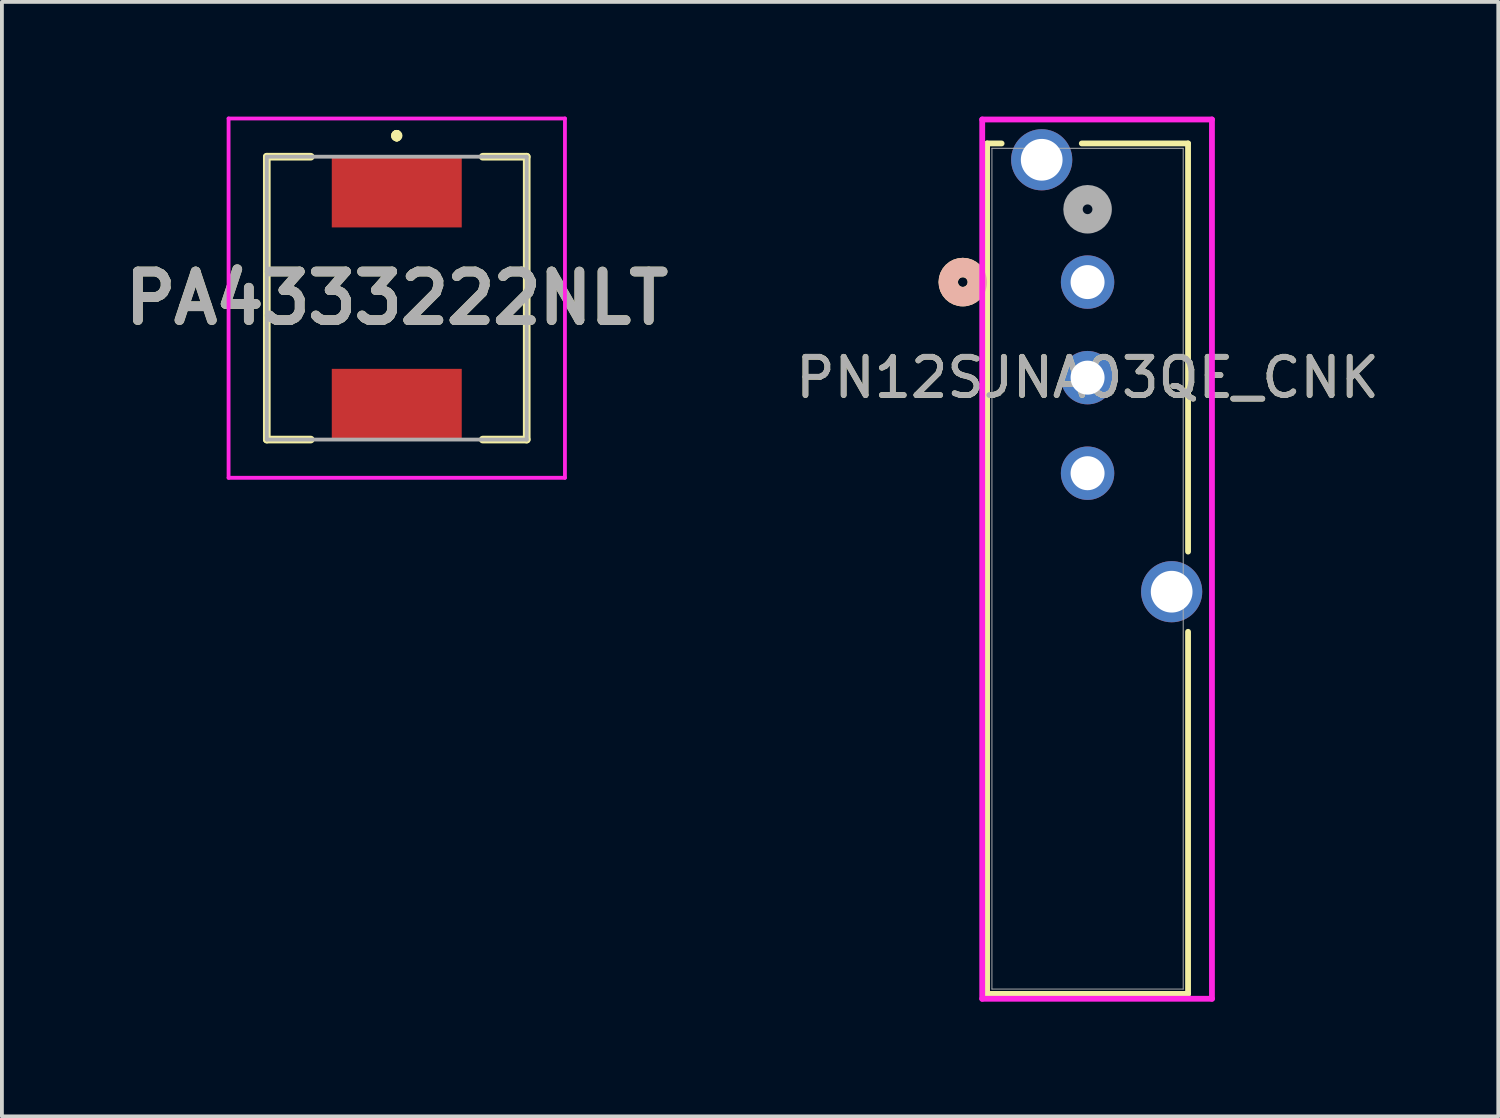
<source format=kicad_pcb>
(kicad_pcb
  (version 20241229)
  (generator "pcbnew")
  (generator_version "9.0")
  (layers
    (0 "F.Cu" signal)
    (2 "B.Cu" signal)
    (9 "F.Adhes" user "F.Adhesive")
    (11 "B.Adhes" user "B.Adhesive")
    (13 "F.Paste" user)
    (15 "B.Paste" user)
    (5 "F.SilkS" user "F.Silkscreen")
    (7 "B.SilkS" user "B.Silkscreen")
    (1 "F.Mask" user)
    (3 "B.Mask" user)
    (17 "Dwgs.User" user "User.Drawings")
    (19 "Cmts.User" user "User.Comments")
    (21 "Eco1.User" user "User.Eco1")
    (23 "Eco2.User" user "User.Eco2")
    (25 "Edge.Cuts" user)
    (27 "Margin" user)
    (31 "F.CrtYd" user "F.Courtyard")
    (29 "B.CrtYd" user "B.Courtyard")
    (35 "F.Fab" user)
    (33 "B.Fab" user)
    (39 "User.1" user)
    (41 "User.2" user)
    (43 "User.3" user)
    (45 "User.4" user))
  (footprint "PN12SJNA03QE_CNK"
    (layer "F.Cu")
    (at 25.403 4.33)
    (property "Reference" "PN12SJNA03QE_CNK" (at 0 2.5 0) (unlocked yes) (layer "F.SilkS") (effects (font (size 1 1) (thickness 0.15))))
    (attr through_hole)
    (fp_line (start -2.629 -3.627) (end -2.629 18.623) (stroke (width 0.152) (type solid)) (layer "F.SilkS"))
    (fp_line (start -2.629 18.623) (end 2.629 18.623) (stroke (width 0.152) (type solid)) (layer "F.SilkS"))
    (fp_line (start -2.249 -3.627) (end -2.629 -3.627) (stroke (width 0.152) (type solid)) (layer "F.SilkS"))
    (fp_line (start 2.629 -3.627) (end -0.151 -3.627) (stroke (width 0.152) (type solid)) (layer "F.SilkS"))
    (fp_line (start 2.629 7.051) (end 2.629 -3.627) (stroke (width 0.152) (type solid)) (layer "F.SilkS"))
    (fp_line (start 2.629 18.623) (end 2.629 9.149) (stroke (width 0.152) (type solid)) (layer "F.SilkS"))
    (fp_circle (center -3.264 0) (end -2.883 0) (stroke (width 0.508) (type solid)) (fill no) (layer "F.SilkS"))
    (fp_circle (center -3.264 0) (end -2.883 0) (stroke (width 0.508) (type solid)) (fill no) (layer "B.SilkS"))
    (fp_line (start -2.756 -4.254) (end -2.756 18.75) (stroke (width 0.152) (type solid)) (layer "F.CrtYd"))
    (fp_line (start -2.756 18.75) (end 3.254 18.75) (stroke (width 0.152) (type solid)) (layer "F.CrtYd"))
    (fp_line (start 3.254 -4.254) (end -2.756 -4.254) (stroke (width 0.152) (type solid)) (layer "F.CrtYd"))
    (fp_line (start 3.254 18.75) (end 3.254 -4.254) (stroke (width 0.152) (type solid)) (layer "F.CrtYd"))
    (fp_line (start -2.502 -3.5) (end -2.502 18.496) (stroke (width 0.025) (type solid)) (layer "F.Fab"))
    (fp_line (start -2.502 18.496) (end 2.502 18.496) (stroke (width 0.025) (type solid)) (layer "F.Fab"))
    (fp_line (start 2.502 -3.5) (end -2.502 -3.5) (stroke (width 0.025) (type solid)) (layer "F.Fab"))
    (fp_line (start 2.502 18.496) (end 2.502 -3.5) (stroke (width 0.025) (type solid)) (layer "F.Fab"))
    (fp_circle (center 0 -1.905) (end 0.381 -1.905) (stroke (width 0.508) (type solid)) (fill no) (layer "F.Fab"))
    (fp_text user "${REFERENCE}" (at 0 2.5 0) (unlocked yes) (layer "F.Fab") (effects (font (size 1 1) (thickness 0.15))))
    (pad "1" thru_hole circle (at 0 0) (size 1.397 1.397) (drill 0.889) (layers "*.Cu" "*.Mask"))
    (pad "2" thru_hole circle (at 0 2.5) (size 1.397 1.397) (drill 0.889) (layers "*.Cu" "*.Mask"))
    (pad "3" thru_hole circle (at 0 5) (size 1.397 1.397) (drill 0.889) (layers "*.Cu" "*.Mask"))
    (pad "4" thru_hole circle (at -1.2 -3.2) (size 1.6 1.6) (drill 1.092) (layers "*.Cu" "*.Mask"))
    (pad "5" thru_hole circle (at 2.2 8.1) (size 1.6 1.6) (drill 1.092) (layers "*.Cu" "*.Mask")))
  (footprint "PA4333222NLT"
    (layer "F.Cu")
    (at 7.33 4.75)
    (property "Reference" "PA4333222NLT" (at 0 0 0) (layer "F.SilkS") (effects (font (size 1.27 1.27) (thickness 0.254))))
    (attr smd)
    (fp_line (start -3.4 -3.7) (end -3.4 3.7) (stroke (width 0.2) (type solid)) (layer "F.SilkS"))
    (fp_line (start -3.4 3.7) (end -2.25 3.7) (stroke (width 0.2) (type solid)) (layer "F.SilkS"))
    (fp_line (start -2.25 -3.7) (end -3.4 -3.7) (stroke (width 0.2) (type solid)) (layer "F.SilkS"))
    (fp_line (start 0 -4.3) (end 0 -4.3) (stroke (width 0.2) (type solid)) (layer "F.SilkS"))
    (fp_line (start 0 -4.3) (end 0 -4.3) (stroke (width 0.2) (type solid)) (layer "F.SilkS"))
    (fp_line (start 0 -4.2) (end 0 -4.2) (stroke (width 0.2) (type solid)) (layer "F.SilkS"))
    (fp_line (start 2.25 3.7) (end 3.4 3.7) (stroke (width 0.2) (type solid)) (layer "F.SilkS"))
    (fp_line (start 3.4 -3.7) (end 2.25 -3.7) (stroke (width 0.2) (type solid)) (layer "F.SilkS"))
    (fp_line (start 3.4 3.7) (end 3.4 -3.7) (stroke (width 0.2) (type solid)) (layer "F.SilkS"))
    (fp_arc (start 0 -4.3) (mid 0.05 -4.25) (end 0 -4.2) (stroke (width 0.2) (type solid)) (layer "F.SilkS"))
    (fp_arc (start 0 -4.2) (mid -0.05 -4.25) (end 0 -4.3) (stroke (width 0.2) (type solid)) (layer "F.SilkS"))
    (fp_arc (start 0 -4.2) (mid -0.05 -4.25) (end 0 -4.3) (stroke (width 0.2) (type solid)) (layer "F.SilkS"))
    (fp_line (start -4.4 -4.7) (end 4.4 -4.7) (stroke (width 0.1) (type solid)) (layer "F.CrtYd"))
    (fp_line (start -4.4 4.7) (end -4.4 -4.7) (stroke (width 0.1) (type solid)) (layer "F.CrtYd"))
    (fp_line (start 4.4 -4.7) (end 4.4 4.7) (stroke (width 0.1) (type solid)) (layer "F.CrtYd"))
    (fp_line (start 4.4 4.7) (end -4.4 4.7) (stroke (width 0.1) (type solid)) (layer "F.CrtYd"))
    (fp_line (start -3.4 -3.7) (end -3.4 3.7) (stroke (width 0.1) (type solid)) (layer "F.Fab"))
    (fp_line (start -3.4 3.7) (end 3.4 3.7) (stroke (width 0.1) (type solid)) (layer "F.Fab"))
    (fp_line (start 3.4 -3.7) (end -3.4 -3.7) (stroke (width 0.1) (type solid)) (layer "F.Fab"))
    (fp_line (start 3.4 3.7) (end 3.4 -3.7) (stroke (width 0.1) (type solid)) (layer "F.Fab"))
    (fp_text user "${REFERENCE}" (at 0 0 0) (layer "F.Fab") (effects (font (size 1.27 1.27) (thickness 0.254))))
    (pad "1" smd rect (at 0 -2.775 90) (size 1.85 3.4) (layers "F.Cu" "F.Mask" "F.Paste"))
    (pad "2" smd rect (at 0 2.775 90) (size 1.85 3.4) (layers "F.Cu" "F.Mask" "F.Paste")))
  (gr_rect
    (start -3 -3)
    (end 36.148 26.157)
    (stroke (width 0.1) (type default))
    (fill no)
    (layer "Edge.Cuts")))
</source>
